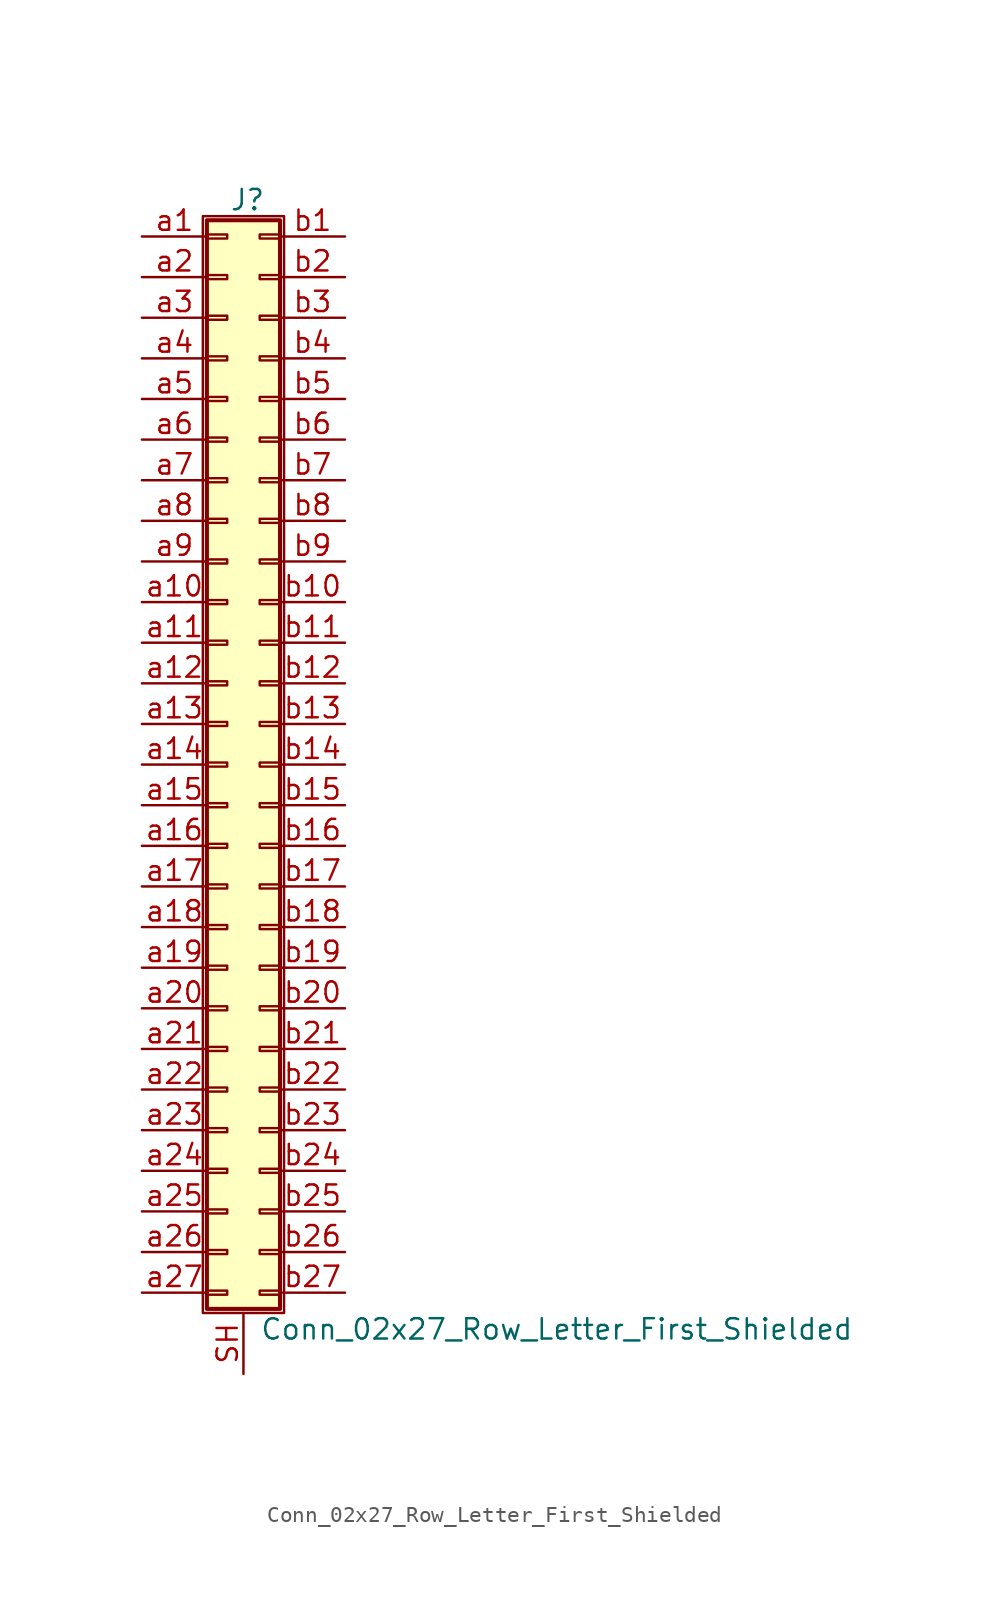
<source format=kicad_sym>
(kicad_symbol_lib
  (version 20201005)
  (generator kicad_symbol_editor)
  (symbol "Conn_02x27_Row_Letter_First_Shielded"
    (pin_names
      (offset 1.016) hide)
    (property "Reference" "J"
      (at 1.524 35.306 0)
      (effects (font (size 1.27 1.27))))
    (property "Value" "Conn_02x27_Row_Letter_First_Shielded"
      (at 2.286 -35.306 0)
      (effects (font (size 1.27 1.27)) (justify left)))
    (symbol "Conn_02x27_Row_Letter_First_Shielded_1_1"
      (rectangle (start -1.27 34.29) (end 3.81 -34.29) (stroke (width 0.152)) (fill (type none)))
      (rectangle (start -1.016 -32.893) (end 0.254 -33.147) (stroke (width 0.152)) (fill (type none)))
      (rectangle (start -1.016 -30.353) (end 0.254 -30.607) (stroke (width 0.152)) (fill (type none)))
      (rectangle (start -1.016 -27.813) (end 0.254 -28.067) (stroke (width 0.152)) (fill (type none)))
      (rectangle (start -1.016 -25.273) (end 0.254 -25.527) (stroke (width 0.152)) (fill (type none)))
      (rectangle (start -1.016 -22.733) (end 0.254 -22.987) (stroke (width 0.152)) (fill (type none)))
      (rectangle (start -1.016 -20.193) (end 0.254 -20.447) (stroke (width 0.152)) (fill (type none)))
      (rectangle (start -1.016 -17.653) (end 0.254 -17.907) (stroke (width 0.152)) (fill (type none)))
      (rectangle (start -1.016 -15.113) (end 0.254 -15.367) (stroke (width 0.152)) (fill (type none)))
      (rectangle (start -1.016 -12.573) (end 0.254 -12.827) (stroke (width 0.152)) (fill (type none)))
      (rectangle (start -1.016 -10.033) (end 0.254 -10.287) (stroke (width 0.152)) (fill (type none)))
      (rectangle (start -1.016 -7.493) (end 0.254 -7.747) (stroke (width 0.152)) (fill (type none)))
      (rectangle (start -1.016 -4.953) (end 0.254 -5.207) (stroke (width 0.152)) (fill (type none)))
      (rectangle (start -1.016 -2.413) (end 0.254 -2.667) (stroke (width 0.152)) (fill (type none)))
      (rectangle (start -1.016 0.127) (end 0.254 -0.127) (stroke (width 0.152)) (fill (type none)))
      (rectangle (start -1.016 2.667) (end 0.254 2.413) (stroke (width 0.152)) (fill (type none)))
      (rectangle (start -1.016 5.207) (end 0.254 4.953) (stroke (width 0.152)) (fill (type none)))
      (rectangle (start -1.016 7.747) (end 0.254 7.493) (stroke (width 0.152)) (fill (type none)))
      (rectangle (start -1.016 10.287) (end 0.254 10.033) (stroke (width 0.152)) (fill (type none)))
      (rectangle (start -1.016 12.827) (end 0.254 12.573) (stroke (width 0.152)) (fill (type none)))
      (rectangle (start -1.016 15.367) (end 0.254 15.113) (stroke (width 0.152)) (fill (type none)))
      (rectangle (start -1.016 17.907) (end 0.254 17.653) (stroke (width 0.152)) (fill (type none)))
      (rectangle (start -1.016 20.447) (end 0.254 20.193) (stroke (width 0.152)) (fill (type none)))
      (rectangle (start -1.016 22.987) (end 0.254 22.733) (stroke (width 0.152)) (fill (type none)))
      (rectangle (start -1.016 25.527) (end 0.254 25.273) (stroke (width 0.152)) (fill (type none)))
      (rectangle (start -1.016 28.067) (end 0.254 27.813) (stroke (width 0.152)) (fill (type none)))
      (rectangle (start -1.016 30.607) (end 0.254 30.353) (stroke (width 0.152)) (fill (type none)))
      (rectangle (start -1.016 33.147) (end 0.254 32.893) (stroke (width 0.152)) (fill (type none)))
      (rectangle (start -1.016 34.036) (end 3.556 -34.036) (stroke (width 0.254)) (fill (type background)))
      (rectangle (start 3.556 -32.893) (end 2.286 -33.147) (stroke (width 0.152)) (fill (type none)))
      (rectangle (start 3.556 -30.353) (end 2.286 -30.607) (stroke (width 0.152)) (fill (type none)))
      (rectangle (start 3.556 -27.813) (end 2.286 -28.067) (stroke (width 0.152)) (fill (type none)))
      (rectangle (start 3.556 -25.273) (end 2.286 -25.527) (stroke (width 0.152)) (fill (type none)))
      (rectangle (start 3.556 -22.733) (end 2.286 -22.987) (stroke (width 0.152)) (fill (type none)))
      (rectangle (start 3.556 -20.193) (end 2.286 -20.447) (stroke (width 0.152)) (fill (type none)))
      (rectangle (start 3.556 -17.653) (end 2.286 -17.907) (stroke (width 0.152)) (fill (type none)))
      (rectangle (start 3.556 -15.113) (end 2.286 -15.367) (stroke (width 0.152)) (fill (type none)))
      (rectangle (start 3.556 -12.573) (end 2.286 -12.827) (stroke (width 0.152)) (fill (type none)))
      (rectangle (start 3.556 -10.033) (end 2.286 -10.287) (stroke (width 0.152)) (fill (type none)))
      (rectangle (start 3.556 -7.493) (end 2.286 -7.747) (stroke (width 0.152)) (fill (type none)))
      (rectangle (start 3.556 -4.953) (end 2.286 -5.207) (stroke (width 0.152)) (fill (type none)))
      (rectangle (start 3.556 -2.413) (end 2.286 -2.667) (stroke (width 0.152)) (fill (type none)))
      (rectangle (start 3.556 0.127) (end 2.286 -0.127) (stroke (width 0.152)) (fill (type none)))
      (rectangle (start 3.556 2.667) (end 2.286 2.413) (stroke (width 0.152)) (fill (type none)))
      (rectangle (start 3.556 5.207) (end 2.286 4.953) (stroke (width 0.152)) (fill (type none)))
      (rectangle (start 3.556 7.747) (end 2.286 7.493) (stroke (width 0.152)) (fill (type none)))
      (rectangle (start 3.556 10.287) (end 2.286 10.033) (stroke (width 0.152)) (fill (type none)))
      (rectangle (start 3.556 12.827) (end 2.286 12.573) (stroke (width 0.152)) (fill (type none)))
      (rectangle (start 3.556 15.367) (end 2.286 15.113) (stroke (width 0.152)) (fill (type none)))
      (rectangle (start 3.556 17.907) (end 2.286 17.653) (stroke (width 0.152)) (fill (type none)))
      (rectangle (start 3.556 20.447) (end 2.286 20.193) (stroke (width 0.152)) (fill (type none)))
      (rectangle (start 3.556 22.987) (end 2.286 22.733) (stroke (width 0.152)) (fill (type none)))
      (rectangle (start 3.556 25.527) (end 2.286 25.273) (stroke (width 0.152)) (fill (type none)))
      (rectangle (start 3.556 28.067) (end 2.286 27.813) (stroke (width 0.152)) (fill (type none)))
      (rectangle (start 3.556 30.607) (end 2.286 30.353) (stroke (width 0.152)) (fill (type none)))
      (rectangle (start 3.556 33.147) (end 2.286 32.893) (stroke (width 0.152)) (fill (type none)))
      (pin passive line (at 1.27 -38.1 90) (length 3.81) (name "Shield" (effects (font (size 1.27 1.27)))) (number "SH" (effects (font (size 1.27 1.27)))))
      (pin passive line (at -5.08 33.02 0) (length 4.064) (name "Pin_a1" (effects (font (size 1.27 1.27)))) (number "a1" (effects (font (size 1.27 1.27)))))
      (pin passive line (at -5.08 10.16 0) (length 4.064) (name "Pin_a10" (effects (font (size 1.27 1.27)))) (number "a10" (effects (font (size 1.27 1.27)))))
      (pin passive line (at -5.08 7.62 0) (length 4.064) (name "Pin_a11" (effects (font (size 1.27 1.27)))) (number "a11" (effects (font (size 1.27 1.27)))))
      (pin passive line (at -5.08 5.08 0) (length 4.064) (name "Pin_a12" (effects (font (size 1.27 1.27)))) (number "a12" (effects (font (size 1.27 1.27)))))
      (pin passive line (at -5.08 2.54 0) (length 4.064) (name "Pin_a13" (effects (font (size 1.27 1.27)))) (number "a13" (effects (font (size 1.27 1.27)))))
      (pin passive line (at -5.08 0 0) (length 4.064) (name "Pin_a14" (effects (font (size 1.27 1.27)))) (number "a14" (effects (font (size 1.27 1.27)))))
      (pin passive line (at -5.08 -2.54 0) (length 4.064) (name "Pin_a15" (effects (font (size 1.27 1.27)))) (number "a15" (effects (font (size 1.27 1.27)))))
      (pin passive line (at -5.08 -5.08 0) (length 4.064) (name "Pin_a16" (effects (font (size 1.27 1.27)))) (number "a16" (effects (font (size 1.27 1.27)))))
      (pin passive line (at -5.08 -7.62 0) (length 4.064) (name "Pin_a17" (effects (font (size 1.27 1.27)))) (number "a17" (effects (font (size 1.27 1.27)))))
      (pin passive line (at -5.08 -10.16 0) (length 4.064) (name "Pin_a18" (effects (font (size 1.27 1.27)))) (number "a18" (effects (font (size 1.27 1.27)))))
      (pin passive line (at -5.08 -12.7 0) (length 4.064) (name "Pin_a19" (effects (font (size 1.27 1.27)))) (number "a19" (effects (font (size 1.27 1.27)))))
      (pin passive line (at -5.08 30.48 0) (length 4.064) (name "Pin_a2" (effects (font (size 1.27 1.27)))) (number "a2" (effects (font (size 1.27 1.27)))))
      (pin passive line (at -5.08 -15.24 0) (length 4.064) (name "Pin_a20" (effects (font (size 1.27 1.27)))) (number "a20" (effects (font (size 1.27 1.27)))))
      (pin passive line (at -5.08 -17.78 0) (length 4.064) (name "Pin_a21" (effects (font (size 1.27 1.27)))) (number "a21" (effects (font (size 1.27 1.27)))))
      (pin passive line (at -5.08 -20.32 0) (length 4.064) (name "Pin_a22" (effects (font (size 1.27 1.27)))) (number "a22" (effects (font (size 1.27 1.27)))))
      (pin passive line (at -5.08 -22.86 0) (length 4.064) (name "Pin_a23" (effects (font (size 1.27 1.27)))) (number "a23" (effects (font (size 1.27 1.27)))))
      (pin passive line (at -5.08 -25.4 0) (length 4.064) (name "Pin_a24" (effects (font (size 1.27 1.27)))) (number "a24" (effects (font (size 1.27 1.27)))))
      (pin passive line (at -5.08 -27.94 0) (length 4.064) (name "Pin_a25" (effects (font (size 1.27 1.27)))) (number "a25" (effects (font (size 1.27 1.27)))))
      (pin passive line (at -5.08 -30.48 0) (length 4.064) (name "Pin_a26" (effects (font (size 1.27 1.27)))) (number "a26" (effects (font (size 1.27 1.27)))))
      (pin passive line (at -5.08 -33.02 0) (length 4.064) (name "Pin_a27" (effects (font (size 1.27 1.27)))) (number "a27" (effects (font (size 1.27 1.27)))))
      (pin passive line (at -5.08 27.94 0) (length 4.064) (name "Pin_a3" (effects (font (size 1.27 1.27)))) (number "a3" (effects (font (size 1.27 1.27)))))
      (pin passive line (at -5.08 25.4 0) (length 4.064) (name "Pin_a4" (effects (font (size 1.27 1.27)))) (number "a4" (effects (font (size 1.27 1.27)))))
      (pin passive line (at -5.08 22.86 0) (length 4.064) (name "Pin_a5" (effects (font (size 1.27 1.27)))) (number "a5" (effects (font (size 1.27 1.27)))))
      (pin passive line (at -5.08 20.32 0) (length 4.064) (name "Pin_a6" (effects (font (size 1.27 1.27)))) (number "a6" (effects (font (size 1.27 1.27)))))
      (pin passive line (at -5.08 17.78 0) (length 4.064) (name "Pin_a7" (effects (font (size 1.27 1.27)))) (number "a7" (effects (font (size 1.27 1.27)))))
      (pin passive line (at -5.08 15.24 0) (length 4.064) (name "Pin_a8" (effects (font (size 1.27 1.27)))) (number "a8" (effects (font (size 1.27 1.27)))))
      (pin passive line (at -5.08 12.7 0) (length 4.064) (name "Pin_a9" (effects (font (size 1.27 1.27)))) (number "a9" (effects (font (size 1.27 1.27)))))
      (pin passive line (at 7.62 33.02 180) (length 4.064) (name "Pin_b1" (effects (font (size 1.27 1.27)))) (number "b1" (effects (font (size 1.27 1.27)))))
      (pin passive line (at 7.62 10.16 180) (length 4.064) (name "Pin_b10" (effects (font (size 1.27 1.27)))) (number "b10" (effects (font (size 1.27 1.27)))))
      (pin passive line (at 7.62 7.62 180) (length 4.064) (name "Pin_b11" (effects (font (size 1.27 1.27)))) (number "b11" (effects (font (size 1.27 1.27)))))
      (pin passive line (at 7.62 5.08 180) (length 4.064) (name "Pin_b12" (effects (font (size 1.27 1.27)))) (number "b12" (effects (font (size 1.27 1.27)))))
      (pin passive line (at 7.62 2.54 180) (length 4.064) (name "Pin_b13" (effects (font (size 1.27 1.27)))) (number "b13" (effects (font (size 1.27 1.27)))))
      (pin passive line (at 7.62 0 180) (length 4.064) (name "Pin_b14" (effects (font (size 1.27 1.27)))) (number "b14" (effects (font (size 1.27 1.27)))))
      (pin passive line (at 7.62 -2.54 180) (length 4.064) (name "Pin_b15" (effects (font (size 1.27 1.27)))) (number "b15" (effects (font (size 1.27 1.27)))))
      (pin passive line (at 7.62 -5.08 180) (length 4.064) (name "Pin_b16" (effects (font (size 1.27 1.27)))) (number "b16" (effects (font (size 1.27 1.27)))))
      (pin passive line (at 7.62 -7.62 180) (length 4.064) (name "Pin_b17" (effects (font (size 1.27 1.27)))) (number "b17" (effects (font (size 1.27 1.27)))))
      (pin passive line (at 7.62 -10.16 180) (length 4.064) (name "Pin_b18" (effects (font (size 1.27 1.27)))) (number "b18" (effects (font (size 1.27 1.27)))))
      (pin passive line (at 7.62 -12.7 180) (length 4.064) (name "Pin_b19" (effects (font (size 1.27 1.27)))) (number "b19" (effects (font (size 1.27 1.27)))))
      (pin passive line (at 7.62 30.48 180) (length 4.064) (name "Pin_b2" (effects (font (size 1.27 1.27)))) (number "b2" (effects (font (size 1.27 1.27)))))
      (pin passive line (at 7.62 -15.24 180) (length 4.064) (name "Pin_b20" (effects (font (size 1.27 1.27)))) (number "b20" (effects (font (size 1.27 1.27)))))
      (pin passive line (at 7.62 -17.78 180) (length 4.064) (name "Pin_b21" (effects (font (size 1.27 1.27)))) (number "b21" (effects (font (size 1.27 1.27)))))
      (pin passive line (at 7.62 -20.32 180) (length 4.064) (name "Pin_b22" (effects (font (size 1.27 1.27)))) (number "b22" (effects (font (size 1.27 1.27)))))
      (pin passive line (at 7.62 -22.86 180) (length 4.064) (name "Pin_b23" (effects (font (size 1.27 1.27)))) (number "b23" (effects (font (size 1.27 1.27)))))
      (pin passive line (at 7.62 -25.4 180) (length 4.064) (name "Pin_b24" (effects (font (size 1.27 1.27)))) (number "b24" (effects (font (size 1.27 1.27)))))
      (pin passive line (at 7.62 -27.94 180) (length 4.064) (name "Pin_b25" (effects (font (size 1.27 1.27)))) (number "b25" (effects (font (size 1.27 1.27)))))
      (pin passive line (at 7.62 -30.48 180) (length 4.064) (name "Pin_b26" (effects (font (size 1.27 1.27)))) (number "b26" (effects (font (size 1.27 1.27)))))
      (pin passive line (at 7.62 -33.02 180) (length 4.064) (name "Pin_b27" (effects (font (size 1.27 1.27)))) (number "b27" (effects (font (size 1.27 1.27)))))
      (pin passive line (at 7.62 27.94 180) (length 4.064) (name "Pin_b3" (effects (font (size 1.27 1.27)))) (number "b3" (effects (font (size 1.27 1.27)))))
      (pin passive line (at 7.62 25.4 180) (length 4.064) (name "Pin_b4" (effects (font (size 1.27 1.27)))) (number "b4" (effects (font (size 1.27 1.27)))))
      (pin passive line (at 7.62 22.86 180) (length 4.064) (name "Pin_b5" (effects (font (size 1.27 1.27)))) (number "b5" (effects (font (size 1.27 1.27)))))
      (pin passive line (at 7.62 20.32 180) (length 4.064) (name "Pin_b6" (effects (font (size 1.27 1.27)))) (number "b6" (effects (font (size 1.27 1.27)))))
      (pin passive line (at 7.62 17.78 180) (length 4.064) (name "Pin_b7" (effects (font (size 1.27 1.27)))) (number "b7" (effects (font (size 1.27 1.27)))))
      (pin passive line (at 7.62 15.24 180) (length 4.064) (name "Pin_b8" (effects (font (size 1.27 1.27)))) (number "b8" (effects (font (size 1.27 1.27)))))
      (pin passive line (at 7.62 12.7 180) (length 4.064) (name "Pin_b9" (effects (font (size 1.27 1.27)))) (number "b9" (effects (font (size 1.27 1.27))))))))
</source>
